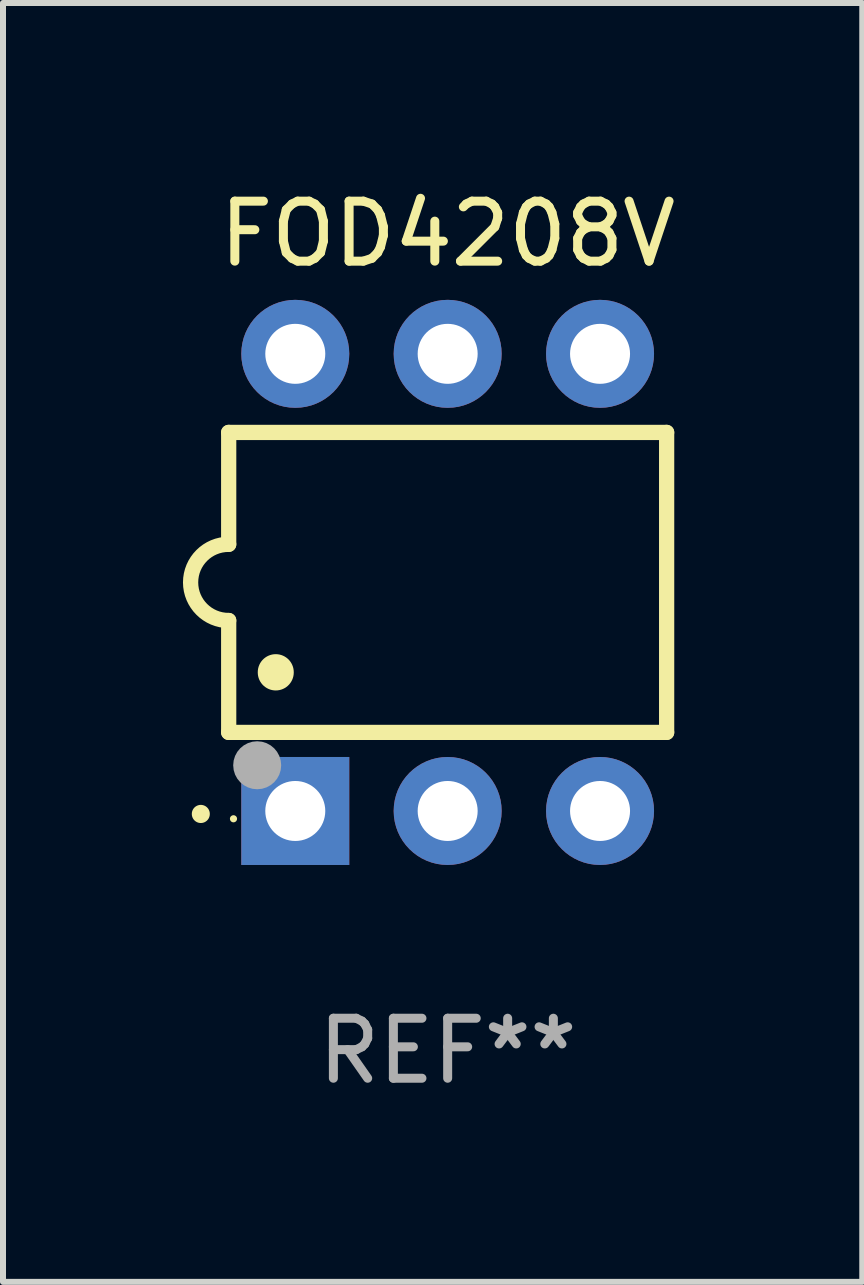
<source format=kicad_pcb>
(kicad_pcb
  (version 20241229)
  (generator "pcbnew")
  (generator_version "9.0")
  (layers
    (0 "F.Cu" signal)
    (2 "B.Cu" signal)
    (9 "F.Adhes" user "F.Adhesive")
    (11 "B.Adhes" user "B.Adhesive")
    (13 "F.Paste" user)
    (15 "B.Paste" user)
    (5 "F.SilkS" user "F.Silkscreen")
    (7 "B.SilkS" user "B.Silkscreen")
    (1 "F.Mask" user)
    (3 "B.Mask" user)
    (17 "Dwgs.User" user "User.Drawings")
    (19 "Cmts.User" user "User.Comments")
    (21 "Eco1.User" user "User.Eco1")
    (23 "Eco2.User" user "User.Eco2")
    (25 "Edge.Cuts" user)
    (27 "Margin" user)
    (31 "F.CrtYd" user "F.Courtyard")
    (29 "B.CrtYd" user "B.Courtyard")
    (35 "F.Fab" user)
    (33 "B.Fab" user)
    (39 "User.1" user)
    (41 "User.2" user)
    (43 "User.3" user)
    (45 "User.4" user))
  (footprint "FOD4208V"
    (layer "F.Cu")
    (at 4.412 6.658)
    (property "Reference" "FOD4208V" (at 0 -5.81 0) (layer "F.SilkS") (effects (font (size 1 1) (thickness 0.15))))
    (attr through_hole)
    (fp_line (start -3.65 -2.5) (end 3.65 -2.5) (stroke (width 0.254) (type solid)) (layer "F.SilkS"))
    (fp_line (start -3.65 -0.635) (end -3.65 -2.5) (stroke (width 0.254) (type solid)) (layer "F.SilkS"))
    (fp_line (start -3.65 0.635) (end -3.65 2.5) (stroke (width 0.254) (type solid)) (layer "F.SilkS"))
    (fp_line (start -3.65 2.5) (end 3.65 2.5) (stroke (width 0.254) (type solid)) (layer "F.SilkS"))
    (fp_line (start 3.65 -2.5) (end 3.65 2.5) (stroke (width 0.254) (type solid)) (layer "F.SilkS"))
    (fp_arc (start -4.114808 3.860808) (mid -4.114813 3.859538) (end -4.114808 3.858268) (stroke (width 0.3) (type solid)) (layer "F.SilkS"))
    (fp_arc (start -3.650013 0.635001) (mid -4.285014 0) (end -3.650013 -0.635001) (stroke (width 0.254001) (type solid)) (layer "F.SilkS"))
    (fp_arc (start -2.865405 1.501143) (mid -2.865416 1.498603) (end -2.865405 1.496063) (stroke (width 0.6) (type solid)) (layer "F.SilkS"))
    (fp_circle (center -3.57 3.94) (end -3.54 3.94) (stroke (width 0.06) (type solid)) (fill no) (layer "F.SilkS"))
    (fp_circle (center -3.175 3.048) (end -2.975 3.048) (stroke (width 0.4) (type solid)) (fill no) (layer "F.Fab"))
    (fp_text user "REF**" (at 0 7.81 0) (layer "F.Fab") (effects (font (size 1 1) (thickness 0.15))))
    (pad "1" thru_hole rect (at -2.54 3.81 90) (size 1.8 1.8) (drill 1) (layers "*.Cu" "*.Mask"))
    (pad "2" thru_hole circle (at 0 3.81) (size 1.8 1.8) (drill 1) (layers "*.Cu" "*.Mask"))
    (pad "3" thru_hole circle (at 2.54 3.81) (size 1.8 1.8) (drill 1) (layers "*.Cu" "*.Mask"))
    (pad "4" thru_hole circle (at 2.54 -3.81) (size 1.8 1.8) (drill 1) (layers "*.Cu" "*.Mask"))
    (pad "5" thru_hole circle (at 0 -3.81) (size 1.8 1.8) (drill 1) (layers "*.Cu" "*.Mask"))
    (pad "6" thru_hole circle (at -2.54 -3.81) (size 1.8 1.8) (drill 1) (layers "*.Cu" "*.Mask")))
  (gr_rect
    (start -3 -3)
    (end 11.323 18.317)
    (stroke (width 0.1) (type default))
    (fill no)
    (layer "Edge.Cuts")))
</source>
